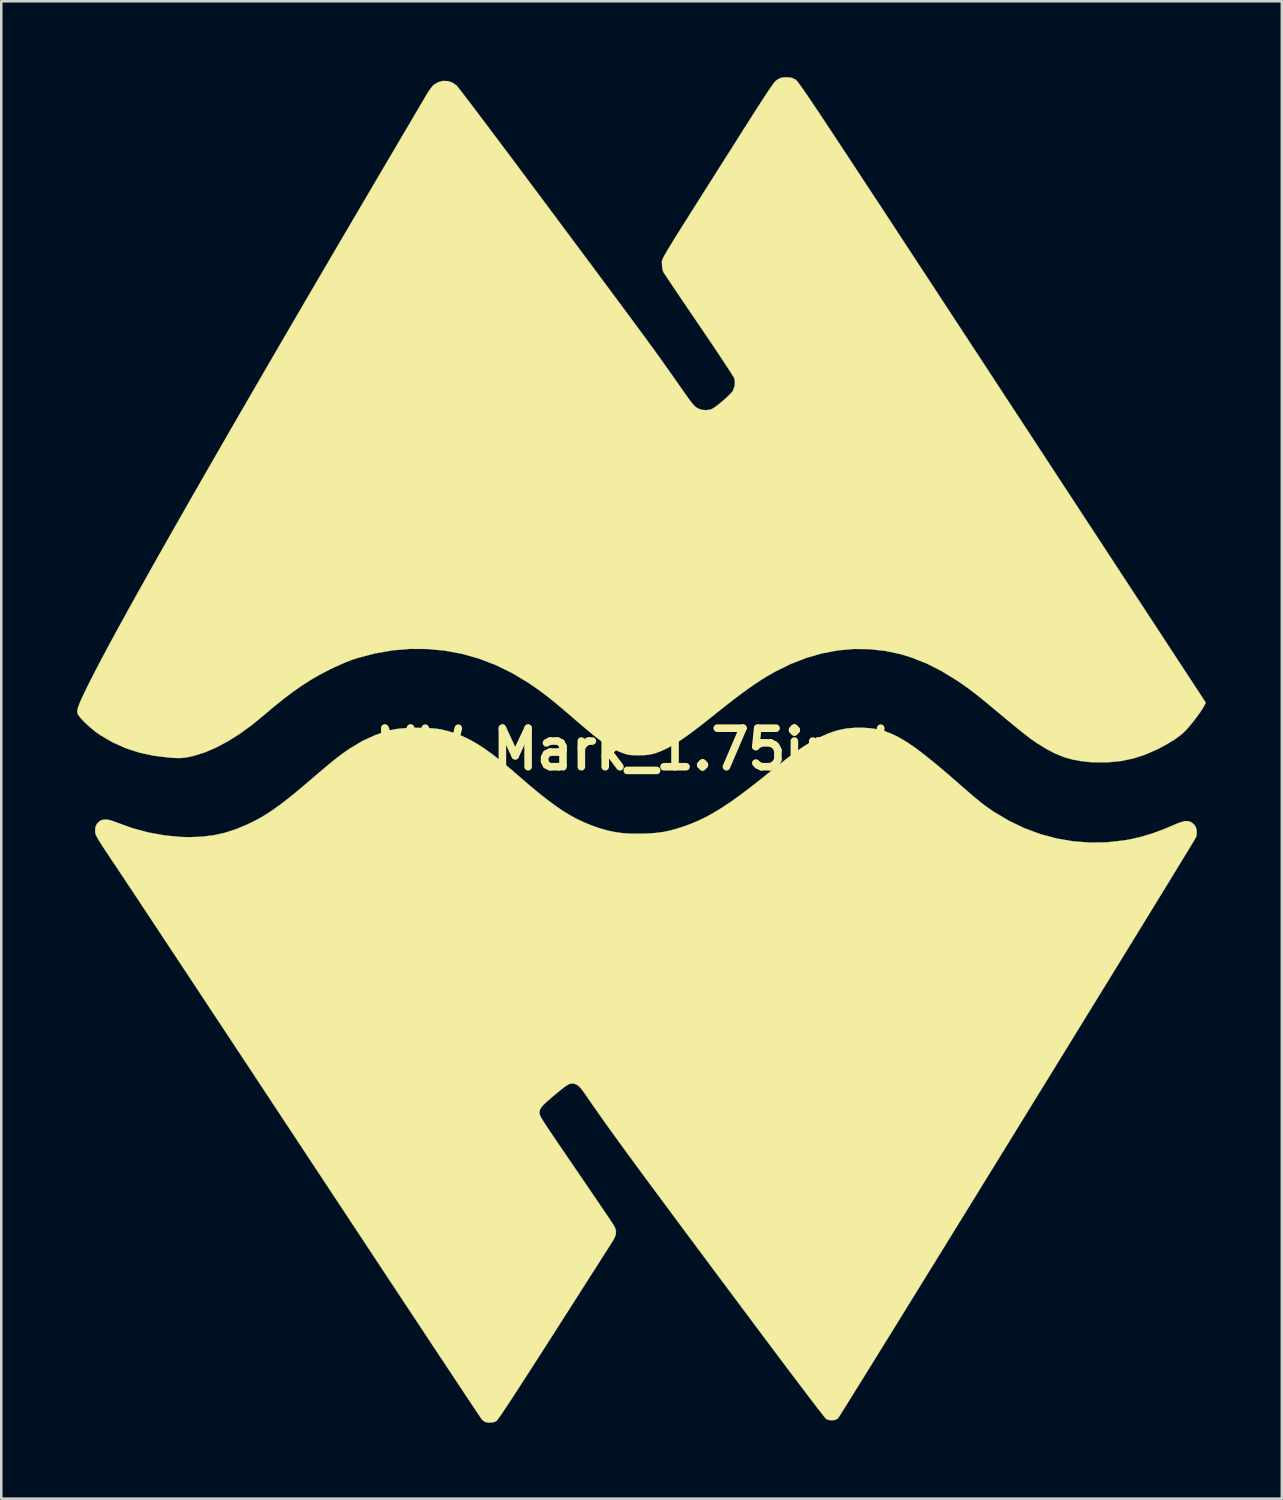
<source format=kicad_pcb>
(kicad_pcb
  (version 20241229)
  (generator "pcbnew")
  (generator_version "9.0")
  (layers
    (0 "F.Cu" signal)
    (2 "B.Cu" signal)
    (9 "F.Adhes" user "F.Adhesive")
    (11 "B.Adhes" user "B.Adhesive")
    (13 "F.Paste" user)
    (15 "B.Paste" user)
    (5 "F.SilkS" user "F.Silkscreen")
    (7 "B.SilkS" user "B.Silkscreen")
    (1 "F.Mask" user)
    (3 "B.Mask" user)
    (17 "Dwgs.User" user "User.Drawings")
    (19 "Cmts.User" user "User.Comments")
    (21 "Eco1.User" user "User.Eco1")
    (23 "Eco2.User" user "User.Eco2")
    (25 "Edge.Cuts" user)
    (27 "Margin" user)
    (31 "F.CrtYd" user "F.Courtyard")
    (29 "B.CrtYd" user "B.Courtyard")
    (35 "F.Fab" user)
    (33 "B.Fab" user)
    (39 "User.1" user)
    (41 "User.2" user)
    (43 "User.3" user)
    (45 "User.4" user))
  (footprint "MW_Mark_1.75inch"
    (layer "F.Cu")
    (at 22.281 26.559)
    (property "Reference" "MW_Mark_1.75inch" (at 0 0 0) (layer "F.SilkS") (effects (font (size 1.524 1.524) (thickness 0.3))))
    (attr through_hole)
    (fp_poly (pts (xy 5.876 -26.548) (xy 5.974 -26.527) (xy 6.068 -26.483) (xy 6.104 -26.461) (xy 6.117 -26.452) (xy 6.133 -26.437) (xy 6.153 -26.416) (xy 6.178 -26.387) (xy 6.209 -26.349) (xy 6.246 -26.3) (xy 6.291 -26.239) (xy 6.345 -26.164) (xy 6.408 -26.074) (xy 6.481 -25.968) (xy 6.567 -25.844) (xy 6.664 -25.7) (xy 6.775 -25.536) (xy 6.9 -25.349) (xy 7.04 -25.139) (xy 7.197 -24.904) (xy 7.371 -24.642) (xy 7.563 -24.352) (xy 7.773 -24.033) (xy 8.004 -23.683) (xy 8.256 -23.3) (xy 8.53 -22.884) (xy 8.826 -22.433) (xy 9.147 -21.945) (xy 9.492 -21.42) (xy 9.863 -20.855) (xy 10.26 -20.249) (xy 10.685 -19.6) (xy 11.139 -18.908) (xy 11.622 -18.171) (xy 12.135 -17.388) (xy 12.68 -16.556) (xy 13.257 -15.674) (xy 13.868 -14.742) (xy 14.285 -14.106) (xy 22.316 -1.843) (xy 22.245 -1.701) (xy 22.181 -1.593) (xy 22.086 -1.45) (xy 21.967 -1.287) (xy 21.837 -1.116) (xy 21.703 -0.951) (xy 21.578 -0.804) (xy 21.493 -0.713) (xy 21.31 -0.551) (xy 21.07 -0.379) (xy 20.778 -0.2) (xy 20.44 -0.019) (xy 20.415 -0.006) (xy 19.932 0.207) (xy 19.447 0.364) (xy 18.95 0.466) (xy 18.432 0.516) (xy 17.885 0.513) (xy 17.77 0.507) (xy 17.39 0.468) (xy 17.036 0.401) (xy 16.697 0.302) (xy 16.362 0.165) (xy 16.019 -0.013) (xy 15.658 -0.236) (xy 15.413 -0.404) (xy 15.32 -0.474) (xy 15.187 -0.577) (xy 15.022 -0.709) (xy 14.833 -0.861) (xy 14.629 -1.028) (xy 14.417 -1.203) (xy 14.298 -1.302) (xy 14.008 -1.544) (xy 13.759 -1.751) (xy 13.546 -1.926) (xy 13.361 -2.076) (xy 13.198 -2.205) (xy 13.051 -2.318) (xy 12.913 -2.42) (xy 12.778 -2.517) (xy 12.638 -2.614) (xy 12.488 -2.715) (xy 12.472 -2.726) (xy 11.886 -3.086) (xy 11.3 -3.384) (xy 10.714 -3.619) (xy 10.268 -3.757) (xy 9.65 -3.889) (xy 9.028 -3.958) (xy 8.403 -3.965) (xy 7.776 -3.909) (xy 7.15 -3.79) (xy 6.527 -3.61) (xy 5.906 -3.368) (xy 5.292 -3.065) (xy 4.949 -2.868) (xy 4.725 -2.727) (xy 4.494 -2.576) (xy 4.252 -2.407) (xy 3.991 -2.218) (xy 3.704 -2.002) (xy 3.386 -1.755) (xy 3.029 -1.473) (xy 2.881 -1.353) (xy 2.518 -1.065) (xy 2.197 -0.816) (xy 1.913 -0.604) (xy 1.661 -0.425) (xy 1.436 -0.275) (xy 1.234 -0.152) (xy 1.049 -0.051) (xy 0.969 -0.012) (xy 0.74 0.091) (xy 0.541 0.162) (xy 0.353 0.207) (xy 0.153 0.23) (xy -0.08 0.236) (xy -0.111 0.236) (xy -0.283 0.234) (xy -0.41 0.226) (xy -0.515 0.211) (xy -0.616 0.185) (xy -0.734 0.144) (xy -0.766 0.132) (xy -0.925 0.067) (xy -1.084 -0.011) (xy -1.25 -0.105) (xy -1.428 -0.221) (xy -1.624 -0.362) (xy -1.845 -0.533) (xy -2.095 -0.737) (xy -2.381 -0.979) (xy -2.594 -1.162) (xy -2.898 -1.424) (xy -3.162 -1.65) (xy -3.395 -1.844) (xy -3.604 -2.013) (xy -3.796 -2.163) (xy -3.981 -2.301) (xy -4.164 -2.432) (xy -4.354 -2.562) (xy -4.489 -2.651) (xy -5.109 -3.022) (xy -5.748 -3.333) (xy -6.403 -3.583) (xy -7.071 -3.772) (xy -7.75 -3.899) (xy -8.437 -3.964) (xy -9.13 -3.968) (xy -9.827 -3.909) (xy -10.525 -3.787) (xy -11.221 -3.602) (xy -11.395 -3.546) (xy -11.534 -3.494) (xy -11.713 -3.421) (xy -11.915 -3.333) (xy -12.125 -3.238) (xy -12.302 -3.153) (xy -12.672 -2.962) (xy -13.033 -2.754) (xy -13.395 -2.523) (xy -13.765 -2.264) (xy -14.152 -1.971) (xy -14.563 -1.638) (xy -14.91 -1.343) (xy -15.394 -0.948) (xy -15.874 -0.601) (xy -16.346 -0.305) (xy -16.807 -0.062) (xy -17.253 0.128) (xy -17.681 0.261) (xy -17.89 0.306) (xy -18.019 0.328) (xy -18.131 0.341) (xy -18.244 0.346) (xy -18.376 0.344) (xy -18.543 0.334) (xy -18.668 0.324) (xy -19.271 0.251) (xy -19.839 0.127) (xy -20.375 -0.049) (xy -20.886 -0.279) (xy -21.376 -0.565) (xy -21.389 -0.574) (xy -21.538 -0.679) (xy -21.694 -0.804) (xy -21.848 -0.938) (xy -21.991 -1.073) (xy -22.114 -1.2) (xy -22.206 -1.31) (xy -22.26 -1.395) (xy -22.268 -1.416) (xy -22.276 -1.474) (xy -22.273 -1.542) (xy -22.255 -1.626) (xy -22.22 -1.732) (xy -22.166 -1.867) (xy -22.091 -2.036) (xy -21.991 -2.246) (xy -21.865 -2.504) (xy -21.805 -2.626) (xy -21.625 -2.981) (xy -21.413 -3.389) (xy -21.168 -3.851) (xy -20.892 -4.365) (xy -20.583 -4.93) (xy -20.244 -5.546) (xy -19.873 -6.213) (xy -19.473 -6.929) (xy -19.042 -7.694) (xy -18.581 -8.507) (xy -18.091 -9.368) (xy -17.573 -10.276) (xy -17.025 -11.23) (xy -16.45 -12.229) (xy -15.847 -13.274) (xy -15.216 -14.362) (xy -14.559 -15.494) (xy -13.875 -16.669) (xy -13.164 -17.885) (xy -12.428 -19.144) (xy -11.667 -20.443) (xy -10.88 -21.782) (xy -10.287 -22.79) (xy -10.056 -23.183) (xy -9.83 -23.566) (xy -9.614 -23.933) (xy -9.409 -24.282) (xy -9.217 -24.607) (xy -9.042 -24.905) (xy -8.885 -25.171) (xy -8.75 -25.402) (xy -8.637 -25.593) (xy -8.551 -25.739) (xy -8.494 -25.837) (xy -8.474 -25.87) (xy -8.391 -26.003) (xy -8.305 -26.125) (xy -8.229 -26.218) (xy -8.191 -26.255) (xy -8.015 -26.362) (xy -7.824 -26.412) (xy -7.629 -26.404) (xy -7.443 -26.339) (xy -7.289 -26.23) (xy -7.257 -26.192) (xy -7.189 -26.106) (xy -7.087 -25.975) (xy -6.953 -25.8) (xy -6.789 -25.586) (xy -6.598 -25.334) (xy -6.381 -25.047) (xy -6.141 -24.728) (xy -5.879 -24.379) (xy -5.597 -24.004) (xy -5.298 -23.606) (xy -4.983 -23.186) (xy -4.656 -22.747) (xy -4.316 -22.293) (xy -3.968 -21.826) (xy -3.939 -21.787) (xy -3.454 -21.137) (xy -3.006 -20.535) (xy -2.592 -19.979) (xy -2.21 -19.467) (xy -1.859 -18.996) (xy -1.538 -18.563) (xy -1.243 -18.167) (xy -0.974 -17.805) (xy -0.728 -17.474) (xy -0.504 -17.171) (xy -0.3 -16.895) (xy -0.114 -16.643) (xy 0.056 -16.413) (xy 0.211 -16.201) (xy 0.354 -16.006) (xy 0.486 -15.825) (xy 0.608 -15.655) (xy 0.724 -15.494) (xy 0.834 -15.341) (xy 0.941 -15.191) (xy 1.046 -15.043) (xy 1.151 -14.894) (xy 1.258 -14.742) (xy 1.368 -14.584) (xy 1.484 -14.418) (xy 1.495 -14.403) (xy 1.66 -14.168) (xy 1.793 -13.979) (xy 1.9 -13.831) (xy 1.986 -13.717) (xy 2.055 -13.632) (xy 2.112 -13.571) (xy 2.163 -13.526) (xy 2.211 -13.492) (xy 2.261 -13.464) (xy 2.267 -13.461) (xy 2.407 -13.415) (xy 2.57 -13.402) (xy 2.725 -13.421) (xy 2.811 -13.453) (xy 2.901 -13.509) (xy 3.018 -13.595) (xy 3.151 -13.701) (xy 3.287 -13.818) (xy 3.415 -13.934) (xy 3.523 -14.04) (xy 3.601 -14.125) (xy 3.631 -14.168) (xy 3.7 -14.362) (xy 3.71 -14.549) (xy 3.685 -14.66) (xy 3.66 -14.706) (xy 3.602 -14.801) (xy 3.514 -14.94) (xy 3.398 -15.118) (xy 3.258 -15.33) (xy 3.097 -15.574) (xy 2.917 -15.843) (xy 2.721 -16.134) (xy 2.513 -16.443) (xy 2.294 -16.764) (xy 2.286 -16.776) (xy 2.068 -17.097) (xy 1.859 -17.405) (xy 1.662 -17.695) (xy 1.481 -17.963) (xy 1.318 -18.204) (xy 1.176 -18.415) (xy 1.059 -18.591) (xy 0.968 -18.727) (xy 0.908 -18.82) (xy 0.88 -18.865) (xy 0.88 -18.865) (xy 0.845 -18.976) (xy 0.828 -19.127) (xy 0.828 -19.17) (xy 0.827 -19.201) (xy 0.825 -19.227) (xy 0.824 -19.252) (xy 0.825 -19.278) (xy 0.831 -19.308) (xy 0.842 -19.344) (xy 0.861 -19.389) (xy 0.889 -19.447) (xy 0.927 -19.519) (xy 0.978 -19.609) (xy 1.042 -19.719) (xy 1.123 -19.852) (xy 1.22 -20.011) (xy 1.336 -20.199) (xy 1.473 -20.418) (xy 1.631 -20.67) (xy 1.814 -20.96) (xy 2.021 -21.289) (xy 2.256 -21.66) (xy 2.519 -22.076) (xy 2.813 -22.54) (xy 3.138 -23.054) (xy 3.222 -23.187) (xy 3.528 -23.669) (xy 3.801 -24.1) (xy 4.044 -24.484) (xy 4.259 -24.822) (xy 4.447 -25.118) (xy 4.612 -25.375) (xy 4.754 -25.595) (xy 4.876 -25.783) (xy 4.979 -25.94) (xy 5.065 -26.069) (xy 5.137 -26.174) (xy 5.197 -26.257) (xy 5.246 -26.322) (xy 5.285 -26.371) (xy 5.318 -26.407) (xy 5.347 -26.433) (xy 5.372 -26.452) (xy 5.386 -26.461) (xy 5.486 -26.516) (xy 5.58 -26.544) (xy 5.697 -26.553) (xy 5.745 -26.554) (xy 5.876 -26.548)) (stroke (width 0.01) (type solid)) (fill yes) (layer "F.SilkS"))
    (fp_poly (pts (xy 8.792 -0.851) (xy 9.021 -0.836) (xy 9.241 -0.808) (xy 9.456 -0.764) (xy 9.671 -0.701) (xy 9.888 -0.618) (xy 10.114 -0.511) (xy 10.351 -0.379) (xy 10.604 -0.218) (xy 10.877 -0.027) (xy 11.175 0.197) (xy 11.501 0.458) (xy 11.86 0.756) (xy 12.257 1.095) (xy 12.62 1.413) (xy 12.876 1.636) (xy 13.093 1.823) (xy 13.28 1.979) (xy 13.444 2.112) (xy 13.594 2.227) (xy 13.738 2.331) (xy 13.883 2.431) (xy 13.941 2.469) (xy 14.536 2.823) (xy 15.15 3.117) (xy 15.78 3.351) (xy 16.425 3.524) (xy 17.08 3.636) (xy 17.744 3.687) (xy 18.414 3.675) (xy 19.086 3.6) (xy 19.384 3.546) (xy 19.789 3.45) (xy 20.219 3.319) (xy 20.652 3.161) (xy 21.006 3.011) (xy 21.213 2.922) (xy 21.376 2.865) (xy 21.505 2.837) (xy 21.612 2.838) (xy 21.706 2.865) (xy 21.762 2.895) (xy 21.846 2.965) (xy 21.911 3.048) (xy 21.913 3.053) (xy 21.95 3.168) (xy 21.961 3.304) (xy 21.945 3.429) (xy 21.926 3.479) (xy 21.896 3.532) (xy 21.834 3.636) (xy 21.742 3.788) (xy 21.621 3.988) (xy 21.472 4.232) (xy 21.297 4.519) (xy 21.097 4.846) (xy 20.874 5.212) (xy 20.628 5.614) (xy 20.361 6.049) (xy 20.075 6.516) (xy 19.77 7.013) (xy 19.448 7.537) (xy 19.11 8.087) (xy 18.758 8.66) (xy 18.394 9.253) (xy 18.017 9.865) (xy 17.63 10.494) (xy 17.235 11.138) (xy 16.831 11.793) (xy 16.421 12.459) (xy 16.007 13.133) (xy 15.588 13.812) (xy 15.167 14.495) (xy 14.746 15.18) (xy 14.324 15.864) (xy 13.905 16.545) (xy 13.488 17.221) (xy 13.076 17.89) (xy 12.669 18.549) (xy 12.269 19.197) (xy 11.878 19.831) (xy 11.496 20.45) (xy 11.125 21.05) (xy 10.767 21.63) (xy 10.422 22.188) (xy 10.093 22.722) (xy 9.779 23.228) (xy 9.484 23.706) (xy 9.207 24.153) (xy 8.95 24.567) (xy 8.716 24.945) (xy 8.504 25.286) (xy 8.317 25.588) (xy 8.155 25.847) (xy 8.02 26.063) (xy 7.914 26.232) (xy 7.837 26.353) (xy 7.791 26.424) (xy 7.778 26.442) (xy 7.679 26.495) (xy 7.549 26.515) (xy 7.413 26.5) (xy 7.325 26.468) (xy 7.294 26.437) (xy 7.226 26.355) (xy 7.122 26.223) (xy 6.981 26.043) (xy 6.806 25.814) (xy 6.596 25.539) (xy 6.351 25.217) (xy 6.074 24.85) (xy 5.763 24.438) (xy 5.421 23.982) (xy 5.047 23.484) (xy 4.642 22.943) (xy 4.207 22.361) (xy 3.742 21.738) (xy 3.655 21.622) (xy 3.127 20.914) (xy 2.634 20.253) (xy 2.177 19.639) (xy 1.752 19.069) (xy 1.359 18.54) (xy 0.995 18.05) (xy 0.659 17.597) (xy 0.349 17.178) (xy 0.063 16.791) (xy -0.2 16.434) (xy -0.442 16.103) (xy -0.666 15.798) (xy -0.872 15.514) (xy -1.063 15.251) (xy -1.24 15.005) (xy -1.405 14.775) (xy -1.559 14.557) (xy -1.705 14.35) (xy -1.845 14.151) (xy -1.979 13.958) (xy -2.11 13.768) (xy -2.22 13.607) (xy -2.343 13.438) (xy -2.448 13.321) (xy -2.545 13.249) (xy -2.64 13.214) (xy -2.7 13.209) (xy -2.762 13.212) (xy -2.822 13.226) (xy -2.887 13.253) (xy -2.965 13.302) (xy -3.066 13.375) (xy -3.196 13.478) (xy -3.365 13.618) (xy -3.406 13.652) (xy -3.598 13.814) (xy -3.746 13.944) (xy -3.855 14.049) (xy -3.93 14.134) (xy -3.977 14.207) (xy -4.002 14.274) (xy -4.01 14.342) (xy -4.011 14.356) (xy -4.011 14.381) (xy -4.009 14.404) (xy -4.004 14.43) (xy -3.993 14.462) (xy -3.975 14.503) (xy -3.946 14.557) (xy -3.904 14.627) (xy -3.848 14.717) (xy -3.775 14.83) (xy -3.683 14.969) (xy -3.57 15.138) (xy -3.433 15.341) (xy -3.271 15.58) (xy -3.08 15.86) (xy -2.86 16.183) (xy -2.608 16.553) (xy -2.434 16.807) (xy -2.226 17.113) (xy -2.025 17.407) (xy -1.836 17.686) (xy -1.661 17.943) (xy -1.504 18.174) (xy -1.368 18.375) (xy -1.256 18.54) (xy -1.172 18.664) (xy -1.12 18.743) (xy -1.108 18.76) (xy -1.021 18.92) (xy -0.986 19.061) (xy -1.003 19.199) (xy -1.071 19.351) (xy -1.091 19.386) (xy -1.121 19.434) (xy -1.183 19.532) (xy -1.275 19.677) (xy -1.395 19.866) (xy -1.541 20.095) (xy -1.71 20.36) (xy -1.901 20.659) (xy -2.111 20.989) (xy -2.338 21.344) (xy -2.58 21.723) (xy -2.834 22.122) (xy -3.1 22.538) (xy -3.374 22.966) (xy -3.414 23.03) (xy -3.769 23.584) (xy -4.091 24.085) (xy -4.38 24.536) (xy -4.639 24.937) (xy -4.867 25.29) (xy -5.067 25.596) (xy -5.238 25.857) (xy -5.382 26.074) (xy -5.5 26.25) (xy -5.593 26.384) (xy -5.661 26.479) (xy -5.706 26.535) (xy -5.726 26.555) (xy -5.832 26.592) (xy -5.966 26.607) (xy -6.096 26.597) (xy -6.159 26.579) (xy -6.227 26.537) (xy -6.292 26.478) (xy -6.314 26.446) (xy -6.371 26.363) (xy -6.459 26.231) (xy -6.58 26.05) (xy -6.73 25.824) (xy -6.91 25.554) (xy -7.117 25.242) (xy -7.351 24.889) (xy -7.61 24.498) (xy -7.894 24.07) (xy -8.201 23.607) (xy -8.529 23.111) (xy -8.878 22.583) (xy -9.247 22.026) (xy -9.633 21.442) (xy -10.037 20.831) (xy -10.456 20.197) (xy -10.89 19.54) (xy -11.338 18.863) (xy -11.797 18.167) (xy -12.268 17.455) (xy -12.748 16.727) (xy -13.201 16.042) (xy -13.696 15.291) (xy -14.187 14.549) (xy -14.67 13.816) (xy -15.146 13.097) (xy -15.611 12.391) (xy -16.067 11.702) (xy -16.509 11.032) (xy -16.939 10.382) (xy -17.353 9.755) (xy -17.751 9.153) (xy -18.131 8.578) (xy -18.492 8.032) (xy -18.833 7.517) (xy -19.152 7.034) (xy -19.448 6.588) (xy -19.719 6.178) (xy -19.964 5.807) (xy -20.182 5.478) (xy -20.372 5.193) (xy -20.531 4.953) (xy -20.659 4.761) (xy -20.754 4.618) (xy -20.798 4.552) (xy -20.984 4.275) (xy -21.136 4.046) (xy -21.26 3.858) (xy -21.357 3.707) (xy -21.431 3.588) (xy -21.486 3.494) (xy -21.524 3.421) (xy -21.549 3.363) (xy -21.563 3.315) (xy -21.571 3.272) (xy -21.572 3.26) (xy -21.564 3.084) (xy -21.503 2.943) (xy -21.388 2.837) (xy -21.38 2.832) (xy -21.275 2.786) (xy -21.157 2.773) (xy -21.013 2.793) (xy -20.835 2.848) (xy -20.71 2.896) (xy -20.095 3.117) (xy -19.462 3.287) (xy -18.821 3.403) (xy -18.185 3.463) (xy -17.852 3.472) (xy -17.359 3.454) (xy -16.897 3.398) (xy -16.45 3.3) (xy -16.005 3.156) (xy -15.547 2.964) (xy -15.334 2.861) (xy -15.123 2.751) (xy -14.913 2.631) (xy -14.7 2.497) (xy -14.478 2.346) (xy -14.24 2.173) (xy -13.98 1.973) (xy -13.693 1.742) (xy -13.373 1.475) (xy -13.013 1.169) (xy -12.986 1.146) (xy -12.717 0.916) (xy -12.488 0.722) (xy -12.293 0.559) (xy -12.124 0.422) (xy -11.974 0.304) (xy -11.837 0.2) (xy -11.704 0.104) (xy -11.569 0.011) (xy -11.49 -0.042) (xy -11.001 -0.333) (xy -10.501 -0.562) (xy -9.985 -0.732) (xy -9.77 -0.784) (xy -9.6 -0.811) (xy -9.382 -0.831) (xy -9.131 -0.843) (xy -8.863 -0.848) (xy -8.594 -0.845) (xy -8.338 -0.834) (xy -8.111 -0.816) (xy -7.928 -0.791) (xy -7.894 -0.784) (xy -7.602 -0.711) (xy -7.322 -0.623) (xy -7.048 -0.514) (xy -6.773 -0.382) (xy -6.492 -0.224) (xy -6.198 -0.034) (xy -5.886 0.189) (xy -5.55 0.451) (xy -5.184 0.753) (xy -4.824 1.064) (xy -4.413 1.419) (xy -4.038 1.73) (xy -3.693 2.002) (xy -3.373 2.239) (xy -3.071 2.443) (xy -2.781 2.619) (xy -2.498 2.771) (xy -2.216 2.903) (xy -1.928 3.018) (xy -1.641 3.117) (xy -1.321 3.209) (xy -1.01 3.275) (xy -0.693 3.316) (xy -0.35 3.335) (xy 0.036 3.334) (xy 0.048 3.334) (xy 0.361 3.322) (xy 0.631 3.3) (xy 0.877 3.267) (xy 1.117 3.217) (xy 1.372 3.148) (xy 1.662 3.057) (xy 1.669 3.054) (xy 1.966 2.947) (xy 2.261 2.823) (xy 2.558 2.679) (xy 2.865 2.511) (xy 3.185 2.316) (xy 3.525 2.09) (xy 3.89 1.83) (xy 4.286 1.532) (xy 4.718 1.194) (xy 4.913 1.038) (xy 5.254 0.765) (xy 5.552 0.529) (xy 5.815 0.327) (xy 6.048 0.153) (xy 6.256 0.004) (xy 6.446 -0.124) (xy 6.625 -0.236) (xy 6.797 -0.336) (xy 6.968 -0.428) (xy 7.034 -0.462) (xy 7.406 -0.63) (xy 7.761 -0.749) (xy 8.115 -0.822) (xy 8.486 -0.853) (xy 8.792 -0.851)) (stroke (width 0.01) (type solid)) (fill yes) (layer "F.SilkS")))
  (gr_rect
    (start -3 -3)
    (end 47.602 56.17)
    (stroke (width 0.1) (type default))
    (fill no)
    (layer "Edge.Cuts")))
</source>
